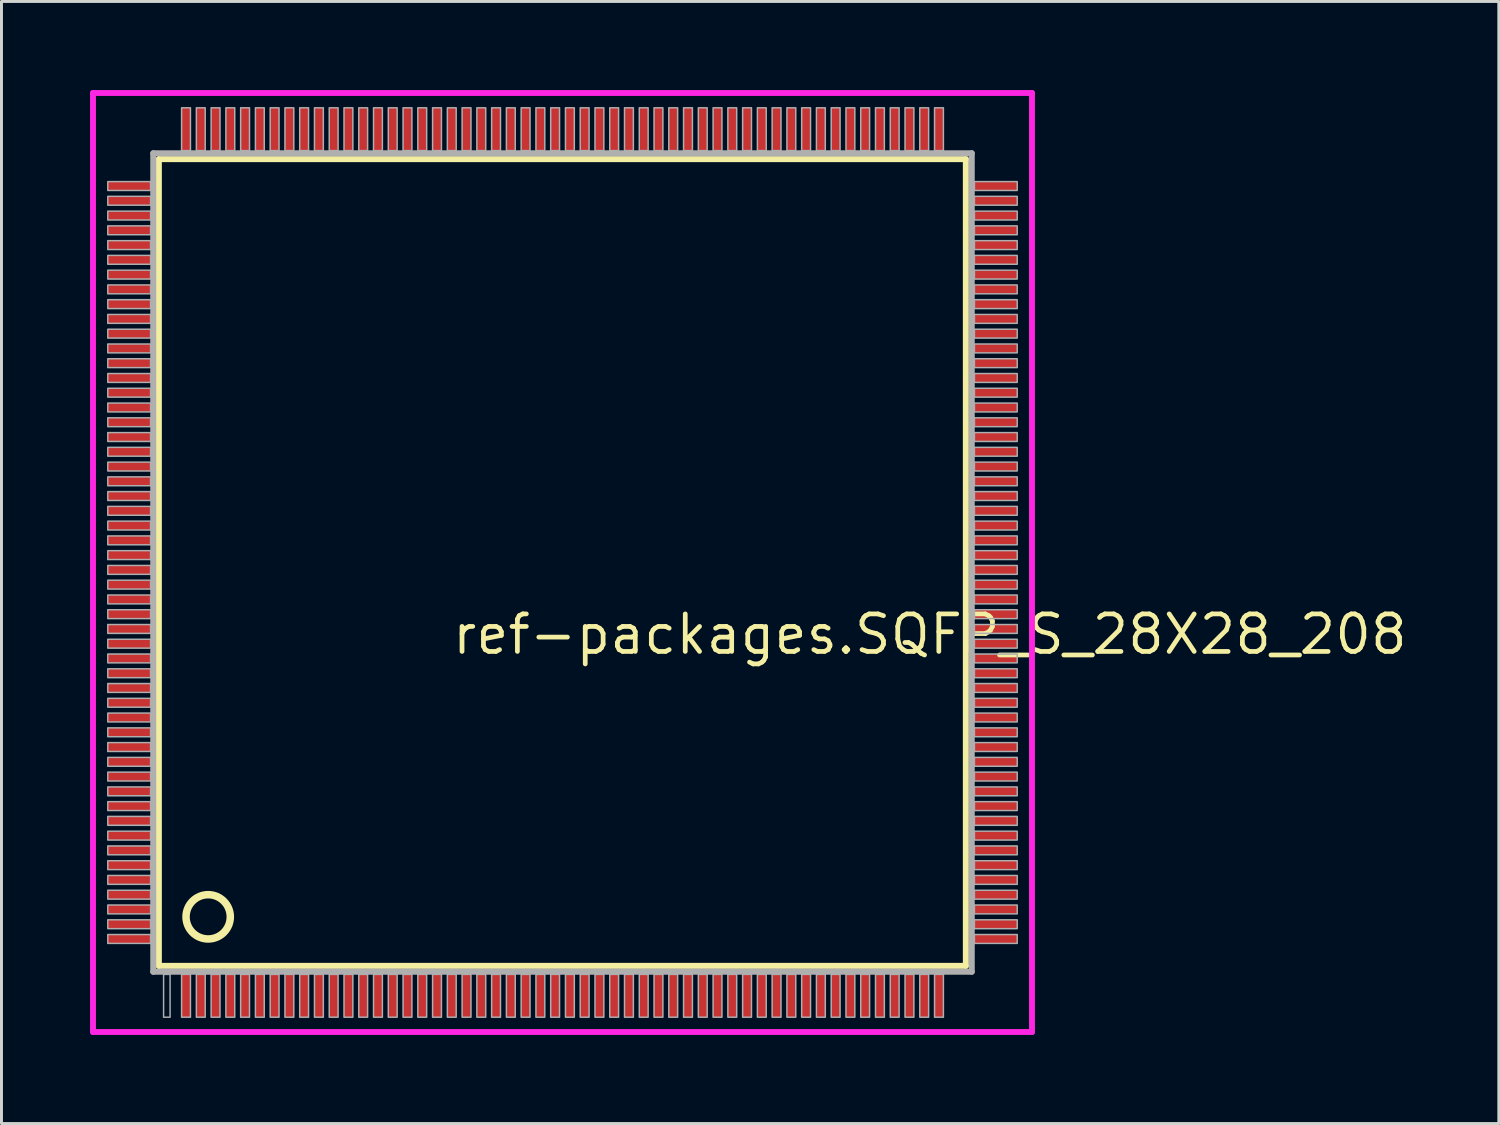
<source format=kicad_pcb>
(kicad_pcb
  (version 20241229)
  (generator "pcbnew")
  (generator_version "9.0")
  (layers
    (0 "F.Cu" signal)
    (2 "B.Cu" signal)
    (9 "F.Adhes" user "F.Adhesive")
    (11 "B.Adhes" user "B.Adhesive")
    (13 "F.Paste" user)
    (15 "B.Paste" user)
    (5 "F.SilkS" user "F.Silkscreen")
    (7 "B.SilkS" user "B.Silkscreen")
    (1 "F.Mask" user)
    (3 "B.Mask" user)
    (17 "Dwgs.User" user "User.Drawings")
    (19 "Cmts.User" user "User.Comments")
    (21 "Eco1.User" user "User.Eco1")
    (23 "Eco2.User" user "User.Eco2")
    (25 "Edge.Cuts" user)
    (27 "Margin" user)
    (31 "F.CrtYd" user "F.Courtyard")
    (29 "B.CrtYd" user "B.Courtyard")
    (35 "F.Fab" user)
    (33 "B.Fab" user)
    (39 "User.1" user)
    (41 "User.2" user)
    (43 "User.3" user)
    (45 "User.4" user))
  (footprint "ref-packages.SQFP_S_28X28_208"
    (layer "F.Cu")
    (at 16 16)
    (property "Reference" "ref-packages.SQFP_S_28X28_208" (at -3.81 3.175 0) (layer "F.SilkS") (effects (font (size 1.27 1.27) (thickness 0.16)) (justify left bottom)))
    (attr smd)
    (fp_line (start -13.67 -13.66) (end 13.66 -13.66) (stroke (width 0.203) (type default)) (layer "F.SilkS"))
    (fp_line (start -13.67 13.66) (end -13.67 -13.66) (stroke (width 0.203) (type default)) (layer "F.SilkS"))
    (fp_line (start 13.66 -13.66) (end 13.66 13.66) (stroke (width 0.203) (type default)) (layer "F.SilkS"))
    (fp_line (start 13.66 13.66) (end -13.67 13.66) (stroke (width 0.203) (type default)) (layer "F.SilkS"))
    (fp_circle (center -12 12) (end -11.25 12) (stroke (width 0.254) (type default)) (fill no) (layer "F.SilkS"))
    (fp_line (start -15.9 -15.9) (end 15.9 -15.9) (stroke (width 0.2) (type default)) (layer "F.CrtYd"))
    (fp_line (start -15.9 15.9) (end -15.9 -15.9) (stroke (width 0.2) (type default)) (layer "F.CrtYd"))
    (fp_line (start 15.9 -15.9) (end 15.9 15.9) (stroke (width 0.2) (type default)) (layer "F.CrtYd"))
    (fp_line (start 15.9 15.9) (end -15.9 15.9) (stroke (width 0.2) (type default)) (layer "F.CrtYd"))
    (fp_line (start -13.86 -13.86) (end -13.86 13.86) (stroke (width 0.203) (type default)) (layer "F.Fab"))
    (fp_line (start -13.86 13.86) (end 13.86 13.86) (stroke (width 0.203) (type default)) (layer "F.Fab"))
    (fp_line (start 13.86 -13.86) (end -13.86 -13.86) (stroke (width 0.203) (type default)) (layer "F.Fab"))
    (fp_line (start 13.86 13.86) (end 13.86 -13.86) (stroke (width 0.203) (type default)) (layer "F.Fab"))
    (fp_rect (start -15.4 -12.6) (end -13.95 -12.9) (stroke (width 0.05) (type default)) (fill no) (layer "F.Fab"))
    (fp_rect (start -15.4 -12.1) (end -13.95 -12.4) (stroke (width 0.05) (type default)) (fill no) (layer "F.Fab"))
    (fp_rect (start -15.4 -11.6) (end -13.95 -11.9) (stroke (width 0.05) (type default)) (fill no) (layer "F.Fab"))
    (fp_rect (start -15.4 -11.1) (end -13.95 -11.4) (stroke (width 0.05) (type default)) (fill no) (layer "F.Fab"))
    (fp_rect (start -15.4 -10.6) (end -13.95 -10.9) (stroke (width 0.05) (type default)) (fill no) (layer "F.Fab"))
    (fp_rect (start -15.4 -10.1) (end -13.95 -10.4) (stroke (width 0.05) (type default)) (fill no) (layer "F.Fab"))
    (fp_rect (start -15.4 -9.6) (end -13.95 -9.9) (stroke (width 0.05) (type default)) (fill no) (layer "F.Fab"))
    (fp_rect (start -15.4 -9.1) (end -13.95 -9.4) (stroke (width 0.05) (type default)) (fill no) (layer "F.Fab"))
    (fp_rect (start -15.4 -8.6) (end -13.95 -8.9) (stroke (width 0.05) (type default)) (fill no) (layer "F.Fab"))
    (fp_rect (start -15.4 -8.1) (end -13.95 -8.4) (stroke (width 0.05) (type default)) (fill no) (layer "F.Fab"))
    (fp_rect (start -15.4 -7.6) (end -13.95 -7.9) (stroke (width 0.05) (type default)) (fill no) (layer "F.Fab"))
    (fp_rect (start -15.4 -7.1) (end -13.95 -7.4) (stroke (width 0.05) (type default)) (fill no) (layer "F.Fab"))
    (fp_rect (start -15.4 -6.6) (end -13.95 -6.9) (stroke (width 0.05) (type default)) (fill no) (layer "F.Fab"))
    (fp_rect (start -15.4 -6.1) (end -13.95 -6.4) (stroke (width 0.05) (type default)) (fill no) (layer "F.Fab"))
    (fp_rect (start -15.4 -5.6) (end -13.95 -5.9) (stroke (width 0.05) (type default)) (fill no) (layer "F.Fab"))
    (fp_rect (start -15.4 -5.1) (end -13.95 -5.4) (stroke (width 0.05) (type default)) (fill no) (layer "F.Fab"))
    (fp_rect (start -15.4 -4.6) (end -13.95 -4.9) (stroke (width 0.05) (type default)) (fill no) (layer "F.Fab"))
    (fp_rect (start -15.4 -4.1) (end -13.95 -4.4) (stroke (width 0.05) (type default)) (fill no) (layer "F.Fab"))
    (fp_rect (start -15.4 -3.6) (end -13.95 -3.9) (stroke (width 0.05) (type default)) (fill no) (layer "F.Fab"))
    (fp_rect (start -15.4 -3.1) (end -13.95 -3.4) (stroke (width 0.05) (type default)) (fill no) (layer "F.Fab"))
    (fp_rect (start -15.4 -2.6) (end -13.95 -2.9) (stroke (width 0.05) (type default)) (fill no) (layer "F.Fab"))
    (fp_rect (start -15.4 -2.1) (end -13.95 -2.4) (stroke (width 0.05) (type default)) (fill no) (layer "F.Fab"))
    (fp_rect (start -15.4 -1.6) (end -13.95 -1.9) (stroke (width 0.05) (type default)) (fill no) (layer "F.Fab"))
    (fp_rect (start -15.4 -1.1) (end -13.95 -1.4) (stroke (width 0.05) (type default)) (fill no) (layer "F.Fab"))
    (fp_rect (start -15.4 -0.6) (end -13.95 -0.9) (stroke (width 0.05) (type default)) (fill no) (layer "F.Fab"))
    (fp_rect (start -15.4 -0.1) (end -13.95 -0.4) (stroke (width 0.05) (type default)) (fill no) (layer "F.Fab"))
    (fp_rect (start -15.4 0.4) (end -13.95 0.1) (stroke (width 0.05) (type default)) (fill no) (layer "F.Fab"))
    (fp_rect (start -15.4 0.9) (end -13.95 0.6) (stroke (width 0.05) (type default)) (fill no) (layer "F.Fab"))
    (fp_rect (start -15.4 1.4) (end -13.95 1.1) (stroke (width 0.05) (type default)) (fill no) (layer "F.Fab"))
    (fp_rect (start -15.4 1.9) (end -13.95 1.6) (stroke (width 0.05) (type default)) (fill no) (layer "F.Fab"))
    (fp_rect (start -15.4 2.4) (end -13.95 2.1) (stroke (width 0.05) (type default)) (fill no) (layer "F.Fab"))
    (fp_rect (start -15.4 2.9) (end -13.95 2.6) (stroke (width 0.05) (type default)) (fill no) (layer "F.Fab"))
    (fp_rect (start -15.4 3.4) (end -13.95 3.1) (stroke (width 0.05) (type default)) (fill no) (layer "F.Fab"))
    (fp_rect (start -15.4 3.9) (end -13.95 3.6) (stroke (width 0.05) (type default)) (fill no) (layer "F.Fab"))
    (fp_rect (start -15.4 4.4) (end -13.95 4.1) (stroke (width 0.05) (type default)) (fill no) (layer "F.Fab"))
    (fp_rect (start -15.4 4.9) (end -13.95 4.6) (stroke (width 0.05) (type default)) (fill no) (layer "F.Fab"))
    (fp_rect (start -15.4 5.4) (end -13.95 5.1) (stroke (width 0.05) (type default)) (fill no) (layer "F.Fab"))
    (fp_rect (start -15.4 5.9) (end -13.95 5.6) (stroke (width 0.05) (type default)) (fill no) (layer "F.Fab"))
    (fp_rect (start -15.4 6.4) (end -13.95 6.1) (stroke (width 0.05) (type default)) (fill no) (layer "F.Fab"))
    (fp_rect (start -15.4 6.9) (end -13.95 6.6) (stroke (width 0.05) (type default)) (fill no) (layer "F.Fab"))
    (fp_rect (start -15.4 7.4) (end -13.95 7.1) (stroke (width 0.05) (type default)) (fill no) (layer "F.Fab"))
    (fp_rect (start -15.4 7.9) (end -13.95 7.6) (stroke (width 0.05) (type default)) (fill no) (layer "F.Fab"))
    (fp_rect (start -15.4 8.4) (end -13.95 8.1) (stroke (width 0.05) (type default)) (fill no) (layer "F.Fab"))
    (fp_rect (start -15.4 8.9) (end -13.95 8.6) (stroke (width 0.05) (type default)) (fill no) (layer "F.Fab"))
    (fp_rect (start -15.4 9.4) (end -13.95 9.1) (stroke (width 0.05) (type default)) (fill no) (layer "F.Fab"))
    (fp_rect (start -15.4 9.9) (end -13.95 9.6) (stroke (width 0.05) (type default)) (fill no) (layer "F.Fab"))
    (fp_rect (start -15.4 10.4) (end -13.95 10.1) (stroke (width 0.05) (type default)) (fill no) (layer "F.Fab"))
    (fp_rect (start -15.4 10.9) (end -13.95 10.6) (stroke (width 0.05) (type default)) (fill no) (layer "F.Fab"))
    (fp_rect (start -15.4 11.4) (end -13.95 11.1) (stroke (width 0.05) (type default)) (fill no) (layer "F.Fab"))
    (fp_rect (start -15.4 11.9) (end -13.95 11.6) (stroke (width 0.05) (type default)) (fill no) (layer "F.Fab"))
    (fp_rect (start -15.4 12.4) (end -13.95 12.1) (stroke (width 0.05) (type default)) (fill no) (layer "F.Fab"))
    (fp_rect (start -15.4 12.9) (end -13.95 12.6) (stroke (width 0.05) (type default)) (fill no) (layer "F.Fab"))
    (fp_rect (start -13.51 15.4) (end -13.29 13.95) (stroke (width 0.05) (type default)) (fill no) (layer "F.Fab"))
    (fp_rect (start -12.9 -13.95) (end -12.6 -15.4) (stroke (width 0.05) (type default)) (fill no) (layer "F.Fab"))
    (fp_rect (start -12.9 15.4) (end -12.6 13.95) (stroke (width 0.05) (type default)) (fill no) (layer "F.Fab"))
    (fp_rect (start -12.4 -13.95) (end -12.1 -15.4) (stroke (width 0.05) (type default)) (fill no) (layer "F.Fab"))
    (fp_rect (start -12.4 15.4) (end -12.1 13.95) (stroke (width 0.05) (type default)) (fill no) (layer "F.Fab"))
    (fp_rect (start -11.9 -13.95) (end -11.6 -15.4) (stroke (width 0.05) (type default)) (fill no) (layer "F.Fab"))
    (fp_rect (start -11.9 15.4) (end -11.6 13.95) (stroke (width 0.05) (type default)) (fill no) (layer "F.Fab"))
    (fp_rect (start -11.4 -13.95) (end -11.1 -15.4) (stroke (width 0.05) (type default)) (fill no) (layer "F.Fab"))
    (fp_rect (start -11.4 15.4) (end -11.1 13.95) (stroke (width 0.05) (type default)) (fill no) (layer "F.Fab"))
    (fp_rect (start -10.9 -13.95) (end -10.6 -15.4) (stroke (width 0.05) (type default)) (fill no) (layer "F.Fab"))
    (fp_rect (start -10.9 15.4) (end -10.6 13.95) (stroke (width 0.05) (type default)) (fill no) (layer "F.Fab"))
    (fp_rect (start -10.4 -13.95) (end -10.1 -15.4) (stroke (width 0.05) (type default)) (fill no) (layer "F.Fab"))
    (fp_rect (start -10.4 15.4) (end -10.1 13.95) (stroke (width 0.05) (type default)) (fill no) (layer "F.Fab"))
    (fp_rect (start -9.9 -13.95) (end -9.6 -15.4) (stroke (width 0.05) (type default)) (fill no) (layer "F.Fab"))
    (fp_rect (start -9.9 15.4) (end -9.6 13.95) (stroke (width 0.05) (type default)) (fill no) (layer "F.Fab"))
    (fp_rect (start -9.4 -13.95) (end -9.1 -15.4) (stroke (width 0.05) (type default)) (fill no) (layer "F.Fab"))
    (fp_rect (start -9.4 15.4) (end -9.1 13.95) (stroke (width 0.05) (type default)) (fill no) (layer "F.Fab"))
    (fp_rect (start -8.9 -13.95) (end -8.6 -15.4) (stroke (width 0.05) (type default)) (fill no) (layer "F.Fab"))
    (fp_rect (start -8.9 15.4) (end -8.6 13.95) (stroke (width 0.05) (type default)) (fill no) (layer "F.Fab"))
    (fp_rect (start -8.4 -13.95) (end -8.1 -15.4) (stroke (width 0.05) (type default)) (fill no) (layer "F.Fab"))
    (fp_rect (start -8.4 15.4) (end -8.1 13.95) (stroke (width 0.05) (type default)) (fill no) (layer "F.Fab"))
    (fp_rect (start -7.9 -13.95) (end -7.6 -15.4) (stroke (width 0.05) (type default)) (fill no) (layer "F.Fab"))
    (fp_rect (start -7.9 15.4) (end -7.6 13.95) (stroke (width 0.05) (type default)) (fill no) (layer "F.Fab"))
    (fp_rect (start -7.4 -13.95) (end -7.1 -15.4) (stroke (width 0.05) (type default)) (fill no) (layer "F.Fab"))
    (fp_rect (start -7.4 15.4) (end -7.1 13.95) (stroke (width 0.05) (type default)) (fill no) (layer "F.Fab"))
    (fp_rect (start -6.9 -13.95) (end -6.6 -15.4) (stroke (width 0.05) (type default)) (fill no) (layer "F.Fab"))
    (fp_rect (start -6.9 15.4) (end -6.6 13.95) (stroke (width 0.05) (type default)) (fill no) (layer "F.Fab"))
    (fp_rect (start -6.4 -13.95) (end -6.1 -15.4) (stroke (width 0.05) (type default)) (fill no) (layer "F.Fab"))
    (fp_rect (start -6.4 15.4) (end -6.1 13.95) (stroke (width 0.05) (type default)) (fill no) (layer "F.Fab"))
    (fp_rect (start -5.9 -13.95) (end -5.6 -15.4) (stroke (width 0.05) (type default)) (fill no) (layer "F.Fab"))
    (fp_rect (start -5.9 15.4) (end -5.6 13.95) (stroke (width 0.05) (type default)) (fill no) (layer "F.Fab"))
    (fp_rect (start -5.4 -13.95) (end -5.1 -15.4) (stroke (width 0.05) (type default)) (fill no) (layer "F.Fab"))
    (fp_rect (start -5.4 15.4) (end -5.1 13.95) (stroke (width 0.05) (type default)) (fill no) (layer "F.Fab"))
    (fp_rect (start -4.9 -13.95) (end -4.6 -15.4) (stroke (width 0.05) (type default)) (fill no) (layer "F.Fab"))
    (fp_rect (start -4.9 15.4) (end -4.6 13.95) (stroke (width 0.05) (type default)) (fill no) (layer "F.Fab"))
    (fp_rect (start -4.4 -13.95) (end -4.1 -15.4) (stroke (width 0.05) (type default)) (fill no) (layer "F.Fab"))
    (fp_rect (start -4.4 15.4) (end -4.1 13.95) (stroke (width 0.05) (type default)) (fill no) (layer "F.Fab"))
    (fp_rect (start -3.9 -13.95) (end -3.6 -15.4) (stroke (width 0.05) (type default)) (fill no) (layer "F.Fab"))
    (fp_rect (start -3.9 15.4) (end -3.6 13.95) (stroke (width 0.05) (type default)) (fill no) (layer "F.Fab"))
    (fp_rect (start -3.4 -13.95) (end -3.1 -15.4) (stroke (width 0.05) (type default)) (fill no) (layer "F.Fab"))
    (fp_rect (start -3.4 15.4) (end -3.1 13.95) (stroke (width 0.05) (type default)) (fill no) (layer "F.Fab"))
    (fp_rect (start -2.9 -13.95) (end -2.6 -15.4) (stroke (width 0.05) (type default)) (fill no) (layer "F.Fab"))
    (fp_rect (start -2.9 15.4) (end -2.6 13.95) (stroke (width 0.05) (type default)) (fill no) (layer "F.Fab"))
    (fp_rect (start -2.4 -13.95) (end -2.1 -15.4) (stroke (width 0.05) (type default)) (fill no) (layer "F.Fab"))
    (fp_rect (start -2.4 15.4) (end -2.1 13.95) (stroke (width 0.05) (type default)) (fill no) (layer "F.Fab"))
    (fp_rect (start -1.9 -13.95) (end -1.6 -15.4) (stroke (width 0.05) (type default)) (fill no) (layer "F.Fab"))
    (fp_rect (start -1.9 15.4) (end -1.6 13.95) (stroke (width 0.05) (type default)) (fill no) (layer "F.Fab"))
    (fp_rect (start -1.4 -13.95) (end -1.1 -15.4) (stroke (width 0.05) (type default)) (fill no) (layer "F.Fab"))
    (fp_rect (start -1.4 15.4) (end -1.1 13.95) (stroke (width 0.05) (type default)) (fill no) (layer "F.Fab"))
    (fp_rect (start -0.9 -13.95) (end -0.6 -15.4) (stroke (width 0.05) (type default)) (fill no) (layer "F.Fab"))
    (fp_rect (start -0.9 15.4) (end -0.6 13.95) (stroke (width 0.05) (type default)) (fill no) (layer "F.Fab"))
    (fp_rect (start -0.4 -13.95) (end -0.1 -15.4) (stroke (width 0.05) (type default)) (fill no) (layer "F.Fab"))
    (fp_rect (start -0.4 15.4) (end -0.1 13.95) (stroke (width 0.05) (type default)) (fill no) (layer "F.Fab"))
    (fp_rect (start 0.1 -13.95) (end 0.4 -15.4) (stroke (width 0.05) (type default)) (fill no) (layer "F.Fab"))
    (fp_rect (start 0.1 15.4) (end 0.4 13.95) (stroke (width 0.05) (type default)) (fill no) (layer "F.Fab"))
    (fp_rect (start 0.6 -13.95) (end 0.9 -15.4) (stroke (width 0.05) (type default)) (fill no) (layer "F.Fab"))
    (fp_rect (start 0.6 15.4) (end 0.9 13.95) (stroke (width 0.05) (type default)) (fill no) (layer "F.Fab"))
    (fp_rect (start 1.1 -13.95) (end 1.4 -15.4) (stroke (width 0.05) (type default)) (fill no) (layer "F.Fab"))
    (fp_rect (start 1.1 15.4) (end 1.4 13.95) (stroke (width 0.05) (type default)) (fill no) (layer "F.Fab"))
    (fp_rect (start 1.6 -13.95) (end 1.9 -15.4) (stroke (width 0.05) (type default)) (fill no) (layer "F.Fab"))
    (fp_rect (start 1.6 15.4) (end 1.9 13.95) (stroke (width 0.05) (type default)) (fill no) (layer "F.Fab"))
    (fp_rect (start 2.1 -13.95) (end 2.4 -15.4) (stroke (width 0.05) (type default)) (fill no) (layer "F.Fab"))
    (fp_rect (start 2.1 15.4) (end 2.4 13.95) (stroke (width 0.05) (type default)) (fill no) (layer "F.Fab"))
    (fp_rect (start 2.6 -13.95) (end 2.9 -15.4) (stroke (width 0.05) (type default)) (fill no) (layer "F.Fab"))
    (fp_rect (start 2.6 15.4) (end 2.9 13.95) (stroke (width 0.05) (type default)) (fill no) (layer "F.Fab"))
    (fp_rect (start 3.1 -13.95) (end 3.4 -15.4) (stroke (width 0.05) (type default)) (fill no) (layer "F.Fab"))
    (fp_rect (start 3.1 15.4) (end 3.4 13.95) (stroke (width 0.05) (type default)) (fill no) (layer "F.Fab"))
    (fp_rect (start 3.6 -13.95) (end 3.9 -15.4) (stroke (width 0.05) (type default)) (fill no) (layer "F.Fab"))
    (fp_rect (start 3.6 15.4) (end 3.9 13.95) (stroke (width 0.05) (type default)) (fill no) (layer "F.Fab"))
    (fp_rect (start 4.1 -13.95) (end 4.4 -15.4) (stroke (width 0.05) (type default)) (fill no) (layer "F.Fab"))
    (fp_rect (start 4.1 15.4) (end 4.4 13.95) (stroke (width 0.05) (type default)) (fill no) (layer "F.Fab"))
    (fp_rect (start 4.6 -13.95) (end 4.9 -15.4) (stroke (width 0.05) (type default)) (fill no) (layer "F.Fab"))
    (fp_rect (start 4.6 15.4) (end 4.9 13.95) (stroke (width 0.05) (type default)) (fill no) (layer "F.Fab"))
    (fp_rect (start 5.1 -13.95) (end 5.4 -15.4) (stroke (width 0.05) (type default)) (fill no) (layer "F.Fab"))
    (fp_rect (start 5.1 15.4) (end 5.4 13.95) (stroke (width 0.05) (type default)) (fill no) (layer "F.Fab"))
    (fp_rect (start 5.6 -13.95) (end 5.9 -15.4) (stroke (width 0.05) (type default)) (fill no) (layer "F.Fab"))
    (fp_rect (start 5.6 15.4) (end 5.9 13.95) (stroke (width 0.05) (type default)) (fill no) (layer "F.Fab"))
    (fp_rect (start 6.1 -13.95) (end 6.4 -15.4) (stroke (width 0.05) (type default)) (fill no) (layer "F.Fab"))
    (fp_rect (start 6.1 15.4) (end 6.4 13.95) (stroke (width 0.05) (type default)) (fill no) (layer "F.Fab"))
    (fp_rect (start 6.6 -13.95) (end 6.9 -15.4) (stroke (width 0.05) (type default)) (fill no) (layer "F.Fab"))
    (fp_rect (start 6.6 15.4) (end 6.9 13.95) (stroke (width 0.05) (type default)) (fill no) (layer "F.Fab"))
    (fp_rect (start 7.1 -13.95) (end 7.4 -15.4) (stroke (width 0.05) (type default)) (fill no) (layer "F.Fab"))
    (fp_rect (start 7.1 15.4) (end 7.4 13.95) (stroke (width 0.05) (type default)) (fill no) (layer "F.Fab"))
    (fp_rect (start 7.6 -13.95) (end 7.9 -15.4) (stroke (width 0.05) (type default)) (fill no) (layer "F.Fab"))
    (fp_rect (start 7.6 15.4) (end 7.9 13.95) (stroke (width 0.05) (type default)) (fill no) (layer "F.Fab"))
    (fp_rect (start 8.1 -13.95) (end 8.4 -15.4) (stroke (width 0.05) (type default)) (fill no) (layer "F.Fab"))
    (fp_rect (start 8.1 15.4) (end 8.4 13.95) (stroke (width 0.05) (type default)) (fill no) (layer "F.Fab"))
    (fp_rect (start 8.6 -13.95) (end 8.9 -15.4) (stroke (width 0.05) (type default)) (fill no) (layer "F.Fab"))
    (fp_rect (start 8.6 15.4) (end 8.9 13.95) (stroke (width 0.05) (type default)) (fill no) (layer "F.Fab"))
    (fp_rect (start 9.1 -13.95) (end 9.4 -15.4) (stroke (width 0.05) (type default)) (fill no) (layer "F.Fab"))
    (fp_rect (start 9.1 15.4) (end 9.4 13.95) (stroke (width 0.05) (type default)) (fill no) (layer "F.Fab"))
    (fp_rect (start 9.6 -13.95) (end 9.9 -15.4) (stroke (width 0.05) (type default)) (fill no) (layer "F.Fab"))
    (fp_rect (start 9.6 15.4) (end 9.9 13.95) (stroke (width 0.05) (type default)) (fill no) (layer "F.Fab"))
    (fp_rect (start 10.1 -13.95) (end 10.4 -15.4) (stroke (width 0.05) (type default)) (fill no) (layer "F.Fab"))
    (fp_rect (start 10.1 15.4) (end 10.4 13.95) (stroke (width 0.05) (type default)) (fill no) (layer "F.Fab"))
    (fp_rect (start 10.6 -13.95) (end 10.9 -15.4) (stroke (width 0.05) (type default)) (fill no) (layer "F.Fab"))
    (fp_rect (start 10.6 15.4) (end 10.9 13.95) (stroke (width 0.05) (type default)) (fill no) (layer "F.Fab"))
    (fp_rect (start 11.1 -13.95) (end 11.4 -15.4) (stroke (width 0.05) (type default)) (fill no) (layer "F.Fab"))
    (fp_rect (start 11.1 15.4) (end 11.4 13.95) (stroke (width 0.05) (type default)) (fill no) (layer "F.Fab"))
    (fp_rect (start 11.6 -13.95) (end 11.9 -15.4) (stroke (width 0.05) (type default)) (fill no) (layer "F.Fab"))
    (fp_rect (start 11.6 15.4) (end 11.9 13.95) (stroke (width 0.05) (type default)) (fill no) (layer "F.Fab"))
    (fp_rect (start 12.1 -13.95) (end 12.4 -15.4) (stroke (width 0.05) (type default)) (fill no) (layer "F.Fab"))
    (fp_rect (start 12.1 15.4) (end 12.4 13.95) (stroke (width 0.05) (type default)) (fill no) (layer "F.Fab"))
    (fp_rect (start 12.6 -13.95) (end 12.9 -15.4) (stroke (width 0.05) (type default)) (fill no) (layer "F.Fab"))
    (fp_rect (start 12.6 15.4) (end 12.9 13.95) (stroke (width 0.05) (type default)) (fill no) (layer "F.Fab"))
    (fp_rect (start 13.95 -12.6) (end 15.4 -12.9) (stroke (width 0.05) (type default)) (fill no) (layer "F.Fab"))
    (fp_rect (start 13.95 -12.1) (end 15.4 -12.4) (stroke (width 0.05) (type default)) (fill no) (layer "F.Fab"))
    (fp_rect (start 13.95 -11.6) (end 15.4 -11.9) (stroke (width 0.05) (type default)) (fill no) (layer "F.Fab"))
    (fp_rect (start 13.95 -11.1) (end 15.4 -11.4) (stroke (width 0.05) (type default)) (fill no) (layer "F.Fab"))
    (fp_rect (start 13.95 -10.6) (end 15.4 -10.9) (stroke (width 0.05) (type default)) (fill no) (layer "F.Fab"))
    (fp_rect (start 13.95 -10.1) (end 15.4 -10.4) (stroke (width 0.05) (type default)) (fill no) (layer "F.Fab"))
    (fp_rect (start 13.95 -9.6) (end 15.4 -9.9) (stroke (width 0.05) (type default)) (fill no) (layer "F.Fab"))
    (fp_rect (start 13.95 -9.1) (end 15.4 -9.4) (stroke (width 0.05) (type default)) (fill no) (layer "F.Fab"))
    (fp_rect (start 13.95 -8.6) (end 15.4 -8.9) (stroke (width 0.05) (type default)) (fill no) (layer "F.Fab"))
    (fp_rect (start 13.95 -8.1) (end 15.4 -8.4) (stroke (width 0.05) (type default)) (fill no) (layer "F.Fab"))
    (fp_rect (start 13.95 -7.6) (end 15.4 -7.9) (stroke (width 0.05) (type default)) (fill no) (layer "F.Fab"))
    (fp_rect (start 13.95 -7.1) (end 15.4 -7.4) (stroke (width 0.05) (type default)) (fill no) (layer "F.Fab"))
    (fp_rect (start 13.95 -6.6) (end 15.4 -6.9) (stroke (width 0.05) (type default)) (fill no) (layer "F.Fab"))
    (fp_rect (start 13.95 -6.1) (end 15.4 -6.4) (stroke (width 0.05) (type default)) (fill no) (layer "F.Fab"))
    (fp_rect (start 13.95 -5.6) (end 15.4 -5.9) (stroke (width 0.05) (type default)) (fill no) (layer "F.Fab"))
    (fp_rect (start 13.95 -5.1) (end 15.4 -5.4) (stroke (width 0.05) (type default)) (fill no) (layer "F.Fab"))
    (fp_rect (start 13.95 -4.6) (end 15.4 -4.9) (stroke (width 0.05) (type default)) (fill no) (layer "F.Fab"))
    (fp_rect (start 13.95 -4.1) (end 15.4 -4.4) (stroke (width 0.05) (type default)) (fill no) (layer "F.Fab"))
    (fp_rect (start 13.95 -3.6) (end 15.4 -3.9) (stroke (width 0.05) (type default)) (fill no) (layer "F.Fab"))
    (fp_rect (start 13.95 -3.1) (end 15.4 -3.4) (stroke (width 0.05) (type default)) (fill no) (layer "F.Fab"))
    (fp_rect (start 13.95 -2.6) (end 15.4 -2.9) (stroke (width 0.05) (type default)) (fill no) (layer "F.Fab"))
    (fp_rect (start 13.95 -2.1) (end 15.4 -2.4) (stroke (width 0.05) (type default)) (fill no) (layer "F.Fab"))
    (fp_rect (start 13.95 -1.6) (end 15.4 -1.9) (stroke (width 0.05) (type default)) (fill no) (layer "F.Fab"))
    (fp_rect (start 13.95 -1.1) (end 15.4 -1.4) (stroke (width 0.05) (type default)) (fill no) (layer "F.Fab"))
    (fp_rect (start 13.95 -0.6) (end 15.4 -0.9) (stroke (width 0.05) (type default)) (fill no) (layer "F.Fab"))
    (fp_rect (start 13.95 -0.1) (end 15.4 -0.4) (stroke (width 0.05) (type default)) (fill no) (layer "F.Fab"))
    (fp_rect (start 13.95 0.4) (end 15.4 0.1) (stroke (width 0.05) (type default)) (fill no) (layer "F.Fab"))
    (fp_rect (start 13.95 0.9) (end 15.4 0.6) (stroke (width 0.05) (type default)) (fill no) (layer "F.Fab"))
    (fp_rect (start 13.95 1.4) (end 15.4 1.1) (stroke (width 0.05) (type default)) (fill no) (layer "F.Fab"))
    (fp_rect (start 13.95 1.9) (end 15.4 1.6) (stroke (width 0.05) (type default)) (fill no) (layer "F.Fab"))
    (fp_rect (start 13.95 2.4) (end 15.4 2.1) (stroke (width 0.05) (type default)) (fill no) (layer "F.Fab"))
    (fp_rect (start 13.95 2.9) (end 15.4 2.6) (stroke (width 0.05) (type default)) (fill no) (layer "F.Fab"))
    (fp_rect (start 13.95 3.4) (end 15.4 3.1) (stroke (width 0.05) (type default)) (fill no) (layer "F.Fab"))
    (fp_rect (start 13.95 3.9) (end 15.4 3.6) (stroke (width 0.05) (type default)) (fill no) (layer "F.Fab"))
    (fp_rect (start 13.95 4.4) (end 15.4 4.1) (stroke (width 0.05) (type default)) (fill no) (layer "F.Fab"))
    (fp_rect (start 13.95 4.9) (end 15.4 4.6) (stroke (width 0.05) (type default)) (fill no) (layer "F.Fab"))
    (fp_rect (start 13.95 5.4) (end 15.4 5.1) (stroke (width 0.05) (type default)) (fill no) (layer "F.Fab"))
    (fp_rect (start 13.95 5.9) (end 15.4 5.6) (stroke (width 0.05) (type default)) (fill no) (layer "F.Fab"))
    (fp_rect (start 13.95 6.4) (end 15.4 6.1) (stroke (width 0.05) (type default)) (fill no) (layer "F.Fab"))
    (fp_rect (start 13.95 6.9) (end 15.4 6.6) (stroke (width 0.05) (type default)) (fill no) (layer "F.Fab"))
    (fp_rect (start 13.95 7.4) (end 15.4 7.1) (stroke (width 0.05) (type default)) (fill no) (layer "F.Fab"))
    (fp_rect (start 13.95 7.9) (end 15.4 7.6) (stroke (width 0.05) (type default)) (fill no) (layer "F.Fab"))
    (fp_rect (start 13.95 8.4) (end 15.4 8.1) (stroke (width 0.05) (type default)) (fill no) (layer "F.Fab"))
    (fp_rect (start 13.95 8.9) (end 15.4 8.6) (stroke (width 0.05) (type default)) (fill no) (layer "F.Fab"))
    (fp_rect (start 13.95 9.4) (end 15.4 9.1) (stroke (width 0.05) (type default)) (fill no) (layer "F.Fab"))
    (fp_rect (start 13.95 9.9) (end 15.4 9.6) (stroke (width 0.05) (type default)) (fill no) (layer "F.Fab"))
    (fp_rect (start 13.95 10.4) (end 15.4 10.1) (stroke (width 0.05) (type default)) (fill no) (layer "F.Fab"))
    (fp_rect (start 13.95 10.9) (end 15.4 10.6) (stroke (width 0.05) (type default)) (fill no) (layer "F.Fab"))
    (fp_rect (start 13.95 11.4) (end 15.4 11.1) (stroke (width 0.05) (type default)) (fill no) (layer "F.Fab"))
    (fp_rect (start 13.95 11.9) (end 15.4 11.6) (stroke (width 0.05) (type default)) (fill no) (layer "F.Fab"))
    (fp_rect (start 13.95 12.4) (end 15.4 12.1) (stroke (width 0.05) (type default)) (fill no) (layer "F.Fab"))
    (fp_rect (start 13.95 12.9) (end 15.4 12.6) (stroke (width 0.05) (type default)) (fill no) (layer "F.Fab"))
    (pad "1" smd roundrect (at -12.75 14.6) (size 0.3 1.6) (layers "F.Cu" "F.Mask" "F.Paste") (roundrect_rratio 0.01))
    (pad "2" smd roundrect (at -12.25 14.6) (size 0.3 1.6) (layers "F.Cu" "F.Mask" "F.Paste") (roundrect_rratio 0.01))
    (pad "3" smd roundrect (at -11.75 14.6) (size 0.3 1.6) (layers "F.Cu" "F.Mask" "F.Paste") (roundrect_rratio 0.01))
    (pad "4" smd roundrect (at -11.25 14.6) (size 0.3 1.6) (layers "F.Cu" "F.Mask" "F.Paste") (roundrect_rratio 0.01))
    (pad "5" smd roundrect (at -10.75 14.6) (size 0.3 1.6) (layers "F.Cu" "F.Mask" "F.Paste") (roundrect_rratio 0.01))
    (pad "6" smd roundrect (at -10.25 14.6) (size 0.3 1.6) (layers "F.Cu" "F.Mask" "F.Paste") (roundrect_rratio 0.01))
    (pad "7" smd roundrect (at -9.75 14.6) (size 0.3 1.6) (layers "F.Cu" "F.Mask" "F.Paste") (roundrect_rratio 0.01))
    (pad "8" smd roundrect (at -9.25 14.6) (size 0.3 1.6) (layers "F.Cu" "F.Mask" "F.Paste") (roundrect_rratio 0.01))
    (pad "9" smd roundrect (at -8.75 14.6) (size 0.3 1.6) (layers "F.Cu" "F.Mask" "F.Paste") (roundrect_rratio 0.01))
    (pad "10" smd roundrect (at -8.25 14.6) (size 0.3 1.6) (layers "F.Cu" "F.Mask" "F.Paste") (roundrect_rratio 0.01))
    (pad "11" smd roundrect (at -7.75 14.6) (size 0.3 1.6) (layers "F.Cu" "F.Mask" "F.Paste") (roundrect_rratio 0.01))
    (pad "12" smd roundrect (at -7.25 14.6) (size 0.3 1.6) (layers "F.Cu" "F.Mask" "F.Paste") (roundrect_rratio 0.01))
    (pad "13" smd roundrect (at -6.75 14.6) (size 0.3 1.6) (layers "F.Cu" "F.Mask" "F.Paste") (roundrect_rratio 0.01))
    (pad "14" smd roundrect (at -6.25 14.6) (size 0.3 1.6) (layers "F.Cu" "F.Mask" "F.Paste") (roundrect_rratio 0.01))
    (pad "15" smd roundrect (at -5.75 14.6) (size 0.3 1.6) (layers "F.Cu" "F.Mask" "F.Paste") (roundrect_rratio 0.01))
    (pad "16" smd roundrect (at -5.25 14.6) (size 0.3 1.6) (layers "F.Cu" "F.Mask" "F.Paste") (roundrect_rratio 0.01))
    (pad "17" smd roundrect (at -4.75 14.6) (size 0.3 1.6) (layers "F.Cu" "F.Mask" "F.Paste") (roundrect_rratio 0.01))
    (pad "18" smd roundrect (at -4.25 14.6) (size 0.3 1.6) (layers "F.Cu" "F.Mask" "F.Paste") (roundrect_rratio 0.01))
    (pad "19" smd roundrect (at -3.75 14.6) (size 0.3 1.6) (layers "F.Cu" "F.Mask" "F.Paste") (roundrect_rratio 0.01))
    (pad "20" smd roundrect (at -3.25 14.6) (size 0.3 1.6) (layers "F.Cu" "F.Mask" "F.Paste") (roundrect_rratio 0.01))
    (pad "21" smd roundrect (at -2.75 14.6) (size 0.3 1.6) (layers "F.Cu" "F.Mask" "F.Paste") (roundrect_rratio 0.01))
    (pad "22" smd roundrect (at -2.25 14.6) (size 0.3 1.6) (layers "F.Cu" "F.Mask" "F.Paste") (roundrect_rratio 0.01))
    (pad "23" smd roundrect (at -1.75 14.6) (size 0.3 1.6) (layers "F.Cu" "F.Mask" "F.Paste") (roundrect_rratio 0.01))
    (pad "24" smd roundrect (at -1.25 14.6) (size 0.3 1.6) (layers "F.Cu" "F.Mask" "F.Paste") (roundrect_rratio 0.01))
    (pad "25" smd roundrect (at -0.75 14.6) (size 0.3 1.6) (layers "F.Cu" "F.Mask" "F.Paste") (roundrect_rratio 0.01))
    (pad "26" smd roundrect (at -0.25 14.6) (size 0.3 1.6) (layers "F.Cu" "F.Mask" "F.Paste") (roundrect_rratio 0.01))
    (pad "27" smd roundrect (at 0.25 14.6) (size 0.3 1.6) (layers "F.Cu" "F.Mask" "F.Paste") (roundrect_rratio 0.01))
    (pad "28" smd roundrect (at 0.75 14.6) (size 0.3 1.6) (layers "F.Cu" "F.Mask" "F.Paste") (roundrect_rratio 0.01))
    (pad "29" smd roundrect (at 1.25 14.6) (size 0.3 1.6) (layers "F.Cu" "F.Mask" "F.Paste") (roundrect_rratio 0.01))
    (pad "30" smd roundrect (at 1.75 14.6) (size 0.3 1.6) (layers "F.Cu" "F.Mask" "F.Paste") (roundrect_rratio 0.01))
    (pad "31" smd roundrect (at 2.25 14.6) (size 0.3 1.6) (layers "F.Cu" "F.Mask" "F.Paste") (roundrect_rratio 0.01))
    (pad "32" smd roundrect (at 2.75 14.6) (size 0.3 1.6) (layers "F.Cu" "F.Mask" "F.Paste") (roundrect_rratio 0.01))
    (pad "33" smd roundrect (at 3.25 14.6) (size 0.3 1.6) (layers "F.Cu" "F.Mask" "F.Paste") (roundrect_rratio 0.01))
    (pad "34" smd roundrect (at 3.75 14.6) (size 0.3 1.6) (layers "F.Cu" "F.Mask" "F.Paste") (roundrect_rratio 0.01))
    (pad "35" smd roundrect (at 4.25 14.6) (size 0.3 1.6) (layers "F.Cu" "F.Mask" "F.Paste") (roundrect_rratio 0.01))
    (pad "36" smd roundrect (at 4.75 14.6) (size 0.3 1.6) (layers "F.Cu" "F.Mask" "F.Paste") (roundrect_rratio 0.01))
    (pad "37" smd roundrect (at 5.25 14.6) (size 0.3 1.6) (layers "F.Cu" "F.Mask" "F.Paste") (roundrect_rratio 0.01))
    (pad "38" smd roundrect (at 5.75 14.6) (size 0.3 1.6) (layers "F.Cu" "F.Mask" "F.Paste") (roundrect_rratio 0.01))
    (pad "39" smd roundrect (at 6.25 14.6) (size 0.3 1.6) (layers "F.Cu" "F.Mask" "F.Paste") (roundrect_rratio 0.01))
    (pad "40" smd roundrect (at 6.75 14.6) (size 0.3 1.6) (layers "F.Cu" "F.Mask" "F.Paste") (roundrect_rratio 0.01))
    (pad "41" smd roundrect (at 7.25 14.6) (size 0.3 1.6) (layers "F.Cu" "F.Mask" "F.Paste") (roundrect_rratio 0.01))
    (pad "42" smd roundrect (at 7.75 14.6) (size 0.3 1.6) (layers "F.Cu" "F.Mask" "F.Paste") (roundrect_rratio 0.01))
    (pad "43" smd roundrect (at 8.25 14.6) (size 0.3 1.6) (layers "F.Cu" "F.Mask" "F.Paste") (roundrect_rratio 0.01))
    (pad "44" smd roundrect (at 8.75 14.6) (size 0.3 1.6) (layers "F.Cu" "F.Mask" "F.Paste") (roundrect_rratio 0.01))
    (pad "45" smd roundrect (at 9.25 14.6) (size 0.3 1.6) (layers "F.Cu" "F.Mask" "F.Paste") (roundrect_rratio 0.01))
    (pad "46" smd roundrect (at 9.75 14.6) (size 0.3 1.6) (layers "F.Cu" "F.Mask" "F.Paste") (roundrect_rratio 0.01))
    (pad "47" smd roundrect (at 10.25 14.6) (size 0.3 1.6) (layers "F.Cu" "F.Mask" "F.Paste") (roundrect_rratio 0.01))
    (pad "48" smd roundrect (at 10.75 14.6) (size 0.3 1.6) (layers "F.Cu" "F.Mask" "F.Paste") (roundrect_rratio 0.01))
    (pad "49" smd roundrect (at 11.25 14.6) (size 0.3 1.6) (layers "F.Cu" "F.Mask" "F.Paste") (roundrect_rratio 0.01))
    (pad "50" smd roundrect (at 11.75 14.6) (size 0.3 1.6) (layers "F.Cu" "F.Mask" "F.Paste") (roundrect_rratio 0.01))
    (pad "51" smd roundrect (at 12.25 14.6) (size 0.3 1.6) (layers "F.Cu" "F.Mask" "F.Paste") (roundrect_rratio 0.01))
    (pad "52" smd roundrect (at 12.75 14.6) (size 0.3 1.6) (layers "F.Cu" "F.Mask" "F.Paste") (roundrect_rratio 0.01))
    (pad "53" smd roundrect (at 14.6 12.75) (size 1.6 0.3) (layers "F.Cu" "F.Mask" "F.Paste") (roundrect_rratio 0.01))
    (pad "54" smd roundrect (at 14.6 12.25) (size 1.6 0.3) (layers "F.Cu" "F.Mask" "F.Paste") (roundrect_rratio 0.01))
    (pad "55" smd roundrect (at 14.6 11.75) (size 1.6 0.3) (layers "F.Cu" "F.Mask" "F.Paste") (roundrect_rratio 0.01))
    (pad "56" smd roundrect (at 14.6 11.25) (size 1.6 0.3) (layers "F.Cu" "F.Mask" "F.Paste") (roundrect_rratio 0.01))
    (pad "57" smd roundrect (at 14.6 10.75) (size 1.6 0.3) (layers "F.Cu" "F.Mask" "F.Paste") (roundrect_rratio 0.01))
    (pad "58" smd roundrect (at 14.6 10.25) (size 1.6 0.3) (layers "F.Cu" "F.Mask" "F.Paste") (roundrect_rratio 0.01))
    (pad "59" smd roundrect (at 14.6 9.75) (size 1.6 0.3) (layers "F.Cu" "F.Mask" "F.Paste") (roundrect_rratio 0.01))
    (pad "60" smd roundrect (at 14.6 9.25) (size 1.6 0.3) (layers "F.Cu" "F.Mask" "F.Paste") (roundrect_rratio 0.01))
    (pad "61" smd roundrect (at 14.6 8.75) (size 1.6 0.3) (layers "F.Cu" "F.Mask" "F.Paste") (roundrect_rratio 0.01))
    (pad "62" smd roundrect (at 14.6 8.25) (size 1.6 0.3) (layers "F.Cu" "F.Mask" "F.Paste") (roundrect_rratio 0.01))
    (pad "63" smd roundrect (at 14.6 7.75) (size 1.6 0.3) (layers "F.Cu" "F.Mask" "F.Paste") (roundrect_rratio 0.01))
    (pad "64" smd roundrect (at 14.6 7.25) (size 1.6 0.3) (layers "F.Cu" "F.Mask" "F.Paste") (roundrect_rratio 0.01))
    (pad "65" smd roundrect (at 14.6 6.75) (size 1.6 0.3) (layers "F.Cu" "F.Mask" "F.Paste") (roundrect_rratio 0.01))
    (pad "66" smd roundrect (at 14.6 6.25) (size 1.6 0.3) (layers "F.Cu" "F.Mask" "F.Paste") (roundrect_rratio 0.01))
    (pad "67" smd roundrect (at 14.6 5.75) (size 1.6 0.3) (layers "F.Cu" "F.Mask" "F.Paste") (roundrect_rratio 0.01))
    (pad "68" smd roundrect (at 14.6 5.25) (size 1.6 0.3) (layers "F.Cu" "F.Mask" "F.Paste") (roundrect_rratio 0.01))
    (pad "69" smd roundrect (at 14.6 4.75) (size 1.6 0.3) (layers "F.Cu" "F.Mask" "F.Paste") (roundrect_rratio 0.01))
    (pad "70" smd roundrect (at 14.6 4.25) (size 1.6 0.3) (layers "F.Cu" "F.Mask" "F.Paste") (roundrect_rratio 0.01))
    (pad "71" smd roundrect (at 14.6 3.75) (size 1.6 0.3) (layers "F.Cu" "F.Mask" "F.Paste") (roundrect_rratio 0.01))
    (pad "72" smd roundrect (at 14.6 3.25) (size 1.6 0.3) (layers "F.Cu" "F.Mask" "F.Paste") (roundrect_rratio 0.01))
    (pad "73" smd roundrect (at 14.6 2.75) (size 1.6 0.3) (layers "F.Cu" "F.Mask" "F.Paste") (roundrect_rratio 0.01))
    (pad "74" smd roundrect (at 14.6 2.25) (size 1.6 0.3) (layers "F.Cu" "F.Mask" "F.Paste") (roundrect_rratio 0.01))
    (pad "75" smd roundrect (at 14.6 1.75) (size 1.6 0.3) (layers "F.Cu" "F.Mask" "F.Paste") (roundrect_rratio 0.01))
    (pad "76" smd roundrect (at 14.6 1.25) (size 1.6 0.3) (layers "F.Cu" "F.Mask" "F.Paste") (roundrect_rratio 0.01))
    (pad "77" smd roundrect (at 14.6 0.75) (size 1.6 0.3) (layers "F.Cu" "F.Mask" "F.Paste") (roundrect_rratio 0.01))
    (pad "78" smd roundrect (at 14.6 0.25) (size 1.6 0.3) (layers "F.Cu" "F.Mask" "F.Paste") (roundrect_rratio 0.01))
    (pad "79" smd roundrect (at 14.6 -0.25) (size 1.6 0.3) (layers "F.Cu" "F.Mask" "F.Paste") (roundrect_rratio 0.01))
    (pad "80" smd roundrect (at 14.6 -0.75) (size 1.6 0.3) (layers "F.Cu" "F.Mask" "F.Paste") (roundrect_rratio 0.01))
    (pad "81" smd roundrect (at 14.6 -1.25) (size 1.6 0.3) (layers "F.Cu" "F.Mask" "F.Paste") (roundrect_rratio 0.01))
    (pad "82" smd roundrect (at 14.6 -1.75) (size 1.6 0.3) (layers "F.Cu" "F.Mask" "F.Paste") (roundrect_rratio 0.01))
    (pad "83" smd roundrect (at 14.6 -2.25) (size 1.6 0.3) (layers "F.Cu" "F.Mask" "F.Paste") (roundrect_rratio 0.01))
    (pad "84" smd roundrect (at 14.6 -2.75) (size 1.6 0.3) (layers "F.Cu" "F.Mask" "F.Paste") (roundrect_rratio 0.01))
    (pad "85" smd roundrect (at 14.6 -3.25) (size 1.6 0.3) (layers "F.Cu" "F.Mask" "F.Paste") (roundrect_rratio 0.01))
    (pad "86" smd roundrect (at 14.6 -3.75) (size 1.6 0.3) (layers "F.Cu" "F.Mask" "F.Paste") (roundrect_rratio 0.01))
    (pad "87" smd roundrect (at 14.6 -4.25) (size 1.6 0.3) (layers "F.Cu" "F.Mask" "F.Paste") (roundrect_rratio 0.01))
    (pad "88" smd roundrect (at 14.6 -4.75) (size 1.6 0.3) (layers "F.Cu" "F.Mask" "F.Paste") (roundrect_rratio 0.01))
    (pad "89" smd roundrect (at 14.6 -5.25) (size 1.6 0.3) (layers "F.Cu" "F.Mask" "F.Paste") (roundrect_rratio 0.01))
    (pad "90" smd roundrect (at 14.6 -5.75) (size 1.6 0.3) (layers "F.Cu" "F.Mask" "F.Paste") (roundrect_rratio 0.01))
    (pad "91" smd roundrect (at 14.6 -6.25) (size 1.6 0.3) (layers "F.Cu" "F.Mask" "F.Paste") (roundrect_rratio 0.01))
    (pad "92" smd roundrect (at 14.6 -6.75) (size 1.6 0.3) (layers "F.Cu" "F.Mask" "F.Paste") (roundrect_rratio 0.01))
    (pad "93" smd roundrect (at 14.6 -7.25) (size 1.6 0.3) (layers "F.Cu" "F.Mask" "F.Paste") (roundrect_rratio 0.01))
    (pad "94" smd roundrect (at 14.6 -7.75) (size 1.6 0.3) (layers "F.Cu" "F.Mask" "F.Paste") (roundrect_rratio 0.01))
    (pad "95" smd roundrect (at 14.6 -8.25) (size 1.6 0.3) (layers "F.Cu" "F.Mask" "F.Paste") (roundrect_rratio 0.01))
    (pad "96" smd roundrect (at 14.6 -8.75) (size 1.6 0.3) (layers "F.Cu" "F.Mask" "F.Paste") (roundrect_rratio 0.01))
    (pad "97" smd roundrect (at 14.6 -9.25) (size 1.6 0.3) (layers "F.Cu" "F.Mask" "F.Paste") (roundrect_rratio 0.01))
    (pad "98" smd roundrect (at 14.6 -9.75) (size 1.6 0.3) (layers "F.Cu" "F.Mask" "F.Paste") (roundrect_rratio 0.01))
    (pad "99" smd roundrect (at 14.6 -10.25) (size 1.6 0.3) (layers "F.Cu" "F.Mask" "F.Paste") (roundrect_rratio 0.01))
    (pad "100" smd roundrect (at 14.6 -10.75) (size 1.6 0.3) (layers "F.Cu" "F.Mask" "F.Paste") (roundrect_rratio 0.01))
    (pad "101" smd roundrect (at 14.6 -11.25) (size 1.6 0.3) (layers "F.Cu" "F.Mask" "F.Paste") (roundrect_rratio 0.01))
    (pad "102" smd roundrect (at 14.6 -11.75) (size 1.6 0.3) (layers "F.Cu" "F.Mask" "F.Paste") (roundrect_rratio 0.01))
    (pad "103" smd roundrect (at 14.6 -12.25) (size 1.6 0.3) (layers "F.Cu" "F.Mask" "F.Paste") (roundrect_rratio 0.01))
    (pad "104" smd roundrect (at 14.6 -12.75) (size 1.6 0.3) (layers "F.Cu" "F.Mask" "F.Paste") (roundrect_rratio 0.01))
    (pad "105" smd roundrect (at 12.75 -14.6) (size 0.3 1.6) (layers "F.Cu" "F.Mask" "F.Paste") (roundrect_rratio 0.01))
    (pad "106" smd roundrect (at 12.25 -14.6) (size 0.3 1.6) (layers "F.Cu" "F.Mask" "F.Paste") (roundrect_rratio 0.01))
    (pad "107" smd roundrect (at 11.75 -14.6) (size 0.3 1.6) (layers "F.Cu" "F.Mask" "F.Paste") (roundrect_rratio 0.01))
    (pad "108" smd roundrect (at 11.25 -14.6) (size 0.3 1.6) (layers "F.Cu" "F.Mask" "F.Paste") (roundrect_rratio 0.01))
    (pad "109" smd roundrect (at 10.75 -14.6) (size 0.3 1.6) (layers "F.Cu" "F.Mask" "F.Paste") (roundrect_rratio 0.01))
    (pad "110" smd roundrect (at 10.25 -14.6) (size 0.3 1.6) (layers "F.Cu" "F.Mask" "F.Paste") (roundrect_rratio 0.01))
    (pad "111" smd roundrect (at 9.75 -14.6) (size 0.3 1.6) (layers "F.Cu" "F.Mask" "F.Paste") (roundrect_rratio 0.01))
    (pad "112" smd roundrect (at 9.25 -14.6) (size 0.3 1.6) (layers "F.Cu" "F.Mask" "F.Paste") (roundrect_rratio 0.01))
    (pad "113" smd roundrect (at 8.75 -14.6) (size 0.3 1.6) (layers "F.Cu" "F.Mask" "F.Paste") (roundrect_rratio 0.01))
    (pad "114" smd roundrect (at 8.25 -14.6) (size 0.3 1.6) (layers "F.Cu" "F.Mask" "F.Paste") (roundrect_rratio 0.01))
    (pad "115" smd roundrect (at 7.75 -14.6) (size 0.3 1.6) (layers "F.Cu" "F.Mask" "F.Paste") (roundrect_rratio 0.01))
    (pad "116" smd roundrect (at 7.25 -14.6) (size 0.3 1.6) (layers "F.Cu" "F.Mask" "F.Paste") (roundrect_rratio 0.01))
    (pad "117" smd roundrect (at 6.75 -14.6) (size 0.3 1.6) (layers "F.Cu" "F.Mask" "F.Paste") (roundrect_rratio 0.01))
    (pad "118" smd roundrect (at 6.25 -14.6) (size 0.3 1.6) (layers "F.Cu" "F.Mask" "F.Paste") (roundrect_rratio 0.01))
    (pad "119" smd roundrect (at 5.75 -14.6) (size 0.3 1.6) (layers "F.Cu" "F.Mask" "F.Paste") (roundrect_rratio 0.01))
    (pad "120" smd roundrect (at 5.25 -14.6) (size 0.3 1.6) (layers "F.Cu" "F.Mask" "F.Paste") (roundrect_rratio 0.01))
    (pad "121" smd roundrect (at 4.75 -14.6) (size 0.3 1.6) (layers "F.Cu" "F.Mask" "F.Paste") (roundrect_rratio 0.01))
    (pad "122" smd roundrect (at 4.25 -14.6) (size 0.3 1.6) (layers "F.Cu" "F.Mask" "F.Paste") (roundrect_rratio 0.01))
    (pad "123" smd roundrect (at 3.75 -14.6) (size 0.3 1.6) (layers "F.Cu" "F.Mask" "F.Paste") (roundrect_rratio 0.01))
    (pad "124" smd roundrect (at 3.25 -14.6) (size 0.3 1.6) (layers "F.Cu" "F.Mask" "F.Paste") (roundrect_rratio 0.01))
    (pad "125" smd roundrect (at 2.75 -14.6) (size 0.3 1.6) (layers "F.Cu" "F.Mask" "F.Paste") (roundrect_rratio 0.01))
    (pad "126" smd roundrect (at 2.25 -14.6) (size 0.3 1.6) (layers "F.Cu" "F.Mask" "F.Paste") (roundrect_rratio 0.01))
    (pad "127" smd roundrect (at 1.75 -14.6) (size 0.3 1.6) (layers "F.Cu" "F.Mask" "F.Paste") (roundrect_rratio 0.01))
    (pad "128" smd roundrect (at 1.25 -14.6) (size 0.3 1.6) (layers "F.Cu" "F.Mask" "F.Paste") (roundrect_rratio 0.01))
    (pad "129" smd roundrect (at 0.75 -14.6) (size 0.3 1.6) (layers "F.Cu" "F.Mask" "F.Paste") (roundrect_rratio 0.01))
    (pad "130" smd roundrect (at 0.25 -14.6) (size 0.3 1.6) (layers "F.Cu" "F.Mask" "F.Paste") (roundrect_rratio 0.01))
    (pad "131" smd roundrect (at -0.25 -14.6) (size 0.3 1.6) (layers "F.Cu" "F.Mask" "F.Paste") (roundrect_rratio 0.01))
    (pad "132" smd roundrect (at -0.75 -14.6) (size 0.3 1.6) (layers "F.Cu" "F.Mask" "F.Paste") (roundrect_rratio 0.01))
    (pad "133" smd roundrect (at -1.25 -14.6) (size 0.3 1.6) (layers "F.Cu" "F.Mask" "F.Paste") (roundrect_rratio 0.01))
    (pad "134" smd roundrect (at -1.75 -14.6) (size 0.3 1.6) (layers "F.Cu" "F.Mask" "F.Paste") (roundrect_rratio 0.01))
    (pad "135" smd roundrect (at -2.25 -14.6) (size 0.3 1.6) (layers "F.Cu" "F.Mask" "F.Paste") (roundrect_rratio 0.01))
    (pad "136" smd roundrect (at -2.75 -14.6) (size 0.3 1.6) (layers "F.Cu" "F.Mask" "F.Paste") (roundrect_rratio 0.01))
    (pad "137" smd roundrect (at -3.25 -14.6) (size 0.3 1.6) (layers "F.Cu" "F.Mask" "F.Paste") (roundrect_rratio 0.01))
    (pad "138" smd roundrect (at -3.75 -14.6) (size 0.3 1.6) (layers "F.Cu" "F.Mask" "F.Paste") (roundrect_rratio 0.01))
    (pad "139" smd roundrect (at -4.25 -14.6) (size 0.3 1.6) (layers "F.Cu" "F.Mask" "F.Paste") (roundrect_rratio 0.01))
    (pad "140" smd roundrect (at -4.75 -14.6) (size 0.3 1.6) (layers "F.Cu" "F.Mask" "F.Paste") (roundrect_rratio 0.01))
    (pad "141" smd roundrect (at -5.25 -14.6) (size 0.3 1.6) (layers "F.Cu" "F.Mask" "F.Paste") (roundrect_rratio 0.01))
    (pad "142" smd roundrect (at -5.75 -14.6) (size 0.3 1.6) (layers "F.Cu" "F.Mask" "F.Paste") (roundrect_rratio 0.01))
    (pad "143" smd roundrect (at -6.25 -14.6) (size 0.3 1.6) (layers "F.Cu" "F.Mask" "F.Paste") (roundrect_rratio 0.01))
    (pad "144" smd roundrect (at -6.75 -14.6) (size 0.3 1.6) (layers "F.Cu" "F.Mask" "F.Paste") (roundrect_rratio 0.01))
    (pad "145" smd roundrect (at -7.25 -14.6) (size 0.3 1.6) (layers "F.Cu" "F.Mask" "F.Paste") (roundrect_rratio 0.01))
    (pad "146" smd roundrect (at -7.75 -14.6) (size 0.3 1.6) (layers "F.Cu" "F.Mask" "F.Paste") (roundrect_rratio 0.01))
    (pad "147" smd roundrect (at -8.25 -14.6) (size 0.3 1.6) (layers "F.Cu" "F.Mask" "F.Paste") (roundrect_rratio 0.01))
    (pad "148" smd roundrect (at -8.75 -14.6) (size 0.3 1.6) (layers "F.Cu" "F.Mask" "F.Paste") (roundrect_rratio 0.01))
    (pad "149" smd roundrect (at -9.25 -14.6) (size 0.3 1.6) (layers "F.Cu" "F.Mask" "F.Paste") (roundrect_rratio 0.01))
    (pad "150" smd roundrect (at -9.75 -14.6) (size 0.3 1.6) (layers "F.Cu" "F.Mask" "F.Paste") (roundrect_rratio 0.01))
    (pad "151" smd roundrect (at -10.25 -14.6) (size 0.3 1.6) (layers "F.Cu" "F.Mask" "F.Paste") (roundrect_rratio 0.01))
    (pad "152" smd roundrect (at -10.75 -14.6) (size 0.3 1.6) (layers "F.Cu" "F.Mask" "F.Paste") (roundrect_rratio 0.01))
    (pad "153" smd roundrect (at -11.25 -14.6) (size 0.3 1.6) (layers "F.Cu" "F.Mask" "F.Paste") (roundrect_rratio 0.01))
    (pad "154" smd roundrect (at -11.75 -14.6) (size 0.3 1.6) (layers "F.Cu" "F.Mask" "F.Paste") (roundrect_rratio 0.01))
    (pad "155" smd roundrect (at -12.25 -14.6) (size 0.3 1.6) (layers "F.Cu" "F.Mask" "F.Paste") (roundrect_rratio 0.01))
    (pad "156" smd roundrect (at -12.75 -14.6) (size 0.3 1.6) (layers "F.Cu" "F.Mask" "F.Paste") (roundrect_rratio 0.01))
    (pad "157" smd roundrect (at -14.6 -12.75) (size 1.6 0.3) (layers "F.Cu" "F.Mask" "F.Paste") (roundrect_rratio 0.01))
    (pad "158" smd roundrect (at -14.6 -12.25) (size 1.6 0.3) (layers "F.Cu" "F.Mask" "F.Paste") (roundrect_rratio 0.01))
    (pad "159" smd roundrect (at -14.6 -11.75) (size 1.6 0.3) (layers "F.Cu" "F.Mask" "F.Paste") (roundrect_rratio 0.01))
    (pad "160" smd roundrect (at -14.6 -11.25) (size 1.6 0.3) (layers "F.Cu" "F.Mask" "F.Paste") (roundrect_rratio 0.01))
    (pad "161" smd roundrect (at -14.6 -10.75) (size 1.6 0.3) (layers "F.Cu" "F.Mask" "F.Paste") (roundrect_rratio 0.01))
    (pad "162" smd roundrect (at -14.6 -10.25) (size 1.6 0.3) (layers "F.Cu" "F.Mask" "F.Paste") (roundrect_rratio 0.01))
    (pad "163" smd roundrect (at -14.6 -9.75) (size 1.6 0.3) (layers "F.Cu" "F.Mask" "F.Paste") (roundrect_rratio 0.01))
    (pad "164" smd roundrect (at -14.6 -9.25) (size 1.6 0.3) (layers "F.Cu" "F.Mask" "F.Paste") (roundrect_rratio 0.01))
    (pad "165" smd roundrect (at -14.6 -8.75) (size 1.6 0.3) (layers "F.Cu" "F.Mask" "F.Paste") (roundrect_rratio 0.01))
    (pad "166" smd roundrect (at -14.6 -8.25) (size 1.6 0.3) (layers "F.Cu" "F.Mask" "F.Paste") (roundrect_rratio 0.01))
    (pad "167" smd roundrect (at -14.6 -7.75) (size 1.6 0.3) (layers "F.Cu" "F.Mask" "F.Paste") (roundrect_rratio 0.01))
    (pad "168" smd roundrect (at -14.6 -7.25) (size 1.6 0.3) (layers "F.Cu" "F.Mask" "F.Paste") (roundrect_rratio 0.01))
    (pad "169" smd roundrect (at -14.6 -6.75) (size 1.6 0.3) (layers "F.Cu" "F.Mask" "F.Paste") (roundrect_rratio 0.01))
    (pad "170" smd roundrect (at -14.6 -6.25) (size 1.6 0.3) (layers "F.Cu" "F.Mask" "F.Paste") (roundrect_rratio 0.01))
    (pad "171" smd roundrect (at -14.6 -5.75) (size 1.6 0.3) (layers "F.Cu" "F.Mask" "F.Paste") (roundrect_rratio 0.01))
    (pad "172" smd roundrect (at -14.6 -5.25) (size 1.6 0.3) (layers "F.Cu" "F.Mask" "F.Paste") (roundrect_rratio 0.01))
    (pad "173" smd roundrect (at -14.6 -4.75) (size 1.6 0.3) (layers "F.Cu" "F.Mask" "F.Paste") (roundrect_rratio 0.01))
    (pad "174" smd roundrect (at -14.6 -4.25) (size 1.6 0.3) (layers "F.Cu" "F.Mask" "F.Paste") (roundrect_rratio 0.01))
    (pad "175" smd roundrect (at -14.6 -3.75) (size 1.6 0.3) (layers "F.Cu" "F.Mask" "F.Paste") (roundrect_rratio 0.01))
    (pad "176" smd roundrect (at -14.6 -3.25) (size 1.6 0.3) (layers "F.Cu" "F.Mask" "F.Paste") (roundrect_rratio 0.01))
    (pad "177" smd roundrect (at -14.6 -2.75) (size 1.6 0.3) (layers "F.Cu" "F.Mask" "F.Paste") (roundrect_rratio 0.01))
    (pad "178" smd roundrect (at -14.6 -2.25) (size 1.6 0.3) (layers "F.Cu" "F.Mask" "F.Paste") (roundrect_rratio 0.01))
    (pad "179" smd roundrect (at -14.6 -1.75) (size 1.6 0.3) (layers "F.Cu" "F.Mask" "F.Paste") (roundrect_rratio 0.01))
    (pad "180" smd roundrect (at -14.6 -1.25) (size 1.6 0.3) (layers "F.Cu" "F.Mask" "F.Paste") (roundrect_rratio 0.01))
    (pad "181" smd roundrect (at -14.6 -0.75) (size 1.6 0.3) (layers "F.Cu" "F.Mask" "F.Paste") (roundrect_rratio 0.01))
    (pad "182" smd roundrect (at -14.6 -0.25) (size 1.6 0.3) (layers "F.Cu" "F.Mask" "F.Paste") (roundrect_rratio 0.01))
    (pad "183" smd roundrect (at -14.6 0.25) (size 1.6 0.3) (layers "F.Cu" "F.Mask" "F.Paste") (roundrect_rratio 0.01))
    (pad "184" smd roundrect (at -14.6 0.75) (size 1.6 0.3) (layers "F.Cu" "F.Mask" "F.Paste") (roundrect_rratio 0.01))
    (pad "185" smd roundrect (at -14.6 1.25) (size 1.6 0.3) (layers "F.Cu" "F.Mask" "F.Paste") (roundrect_rratio 0.01))
    (pad "186" smd roundrect (at -14.6 1.75) (size 1.6 0.3) (layers "F.Cu" "F.Mask" "F.Paste") (roundrect_rratio 0.01))
    (pad "187" smd roundrect (at -14.6 2.25) (size 1.6 0.3) (layers "F.Cu" "F.Mask" "F.Paste") (roundrect_rratio 0.01))
    (pad "188" smd roundrect (at -14.6 2.75) (size 1.6 0.3) (layers "F.Cu" "F.Mask" "F.Paste") (roundrect_rratio 0.01))
    (pad "189" smd roundrect (at -14.6 3.25) (size 1.6 0.3) (layers "F.Cu" "F.Mask" "F.Paste") (roundrect_rratio 0.01))
    (pad "190" smd roundrect (at -14.6 3.75) (size 1.6 0.3) (layers "F.Cu" "F.Mask" "F.Paste") (roundrect_rratio 0.01))
    (pad "191" smd roundrect (at -14.6 4.25) (size 1.6 0.3) (layers "F.Cu" "F.Mask" "F.Paste") (roundrect_rratio 0.01))
    (pad "192" smd roundrect (at -14.6 4.75) (size 1.6 0.3) (layers "F.Cu" "F.Mask" "F.Paste") (roundrect_rratio 0.01))
    (pad "193" smd roundrect (at -14.6 5.25) (size 1.6 0.3) (layers "F.Cu" "F.Mask" "F.Paste") (roundrect_rratio 0.01))
    (pad "194" smd roundrect (at -14.6 5.75) (size 1.6 0.3) (layers "F.Cu" "F.Mask" "F.Paste") (roundrect_rratio 0.01))
    (pad "195" smd roundrect (at -14.6 6.25) (size 1.6 0.3) (layers "F.Cu" "F.Mask" "F.Paste") (roundrect_rratio 0.01))
    (pad "196" smd roundrect (at -14.6 6.75) (size 1.6 0.3) (layers "F.Cu" "F.Mask" "F.Paste") (roundrect_rratio 0.01))
    (pad "197" smd roundrect (at -14.6 7.25) (size 1.6 0.3) (layers "F.Cu" "F.Mask" "F.Paste") (roundrect_rratio 0.01))
    (pad "198" smd roundrect (at -14.6 7.75) (size 1.6 0.3) (layers "F.Cu" "F.Mask" "F.Paste") (roundrect_rratio 0.01))
    (pad "199" smd roundrect (at -14.6 8.25) (size 1.6 0.3) (layers "F.Cu" "F.Mask" "F.Paste") (roundrect_rratio 0.01))
    (pad "200" smd roundrect (at -14.6 8.75) (size 1.6 0.3) (layers "F.Cu" "F.Mask" "F.Paste") (roundrect_rratio 0.01))
    (pad "201" smd roundrect (at -14.6 9.25) (size 1.6 0.3) (layers "F.Cu" "F.Mask" "F.Paste") (roundrect_rratio 0.01))
    (pad "202" smd roundrect (at -14.6 9.75) (size 1.6 0.3) (layers "F.Cu" "F.Mask" "F.Paste") (roundrect_rratio 0.01))
    (pad "203" smd roundrect (at -14.6 10.25) (size 1.6 0.3) (layers "F.Cu" "F.Mask" "F.Paste") (roundrect_rratio 0.01))
    (pad "204" smd roundrect (at -14.6 10.75) (size 1.6 0.3) (layers "F.Cu" "F.Mask" "F.Paste") (roundrect_rratio 0.01))
    (pad "205" smd roundrect (at -14.6 11.25) (size 1.6 0.3) (layers "F.Cu" "F.Mask" "F.Paste") (roundrect_rratio 0.01))
    (pad "206" smd roundrect (at -14.6 11.75) (size 1.6 0.3) (layers "F.Cu" "F.Mask" "F.Paste") (roundrect_rratio 0.01))
    (pad "207" smd roundrect (at -14.6 12.25) (size 1.6 0.3) (layers "F.Cu" "F.Mask" "F.Paste") (roundrect_rratio 0.01))
    (pad "208" smd roundrect (at -14.6 12.75) (size 1.6 0.3) (layers "F.Cu" "F.Mask" "F.Paste") (roundrect_rratio 0.01)))
  (gr_rect
    (start -3 -3)
    (end 47.71 35)
    (stroke (width 0.1) (type default))
    (fill no)
    (layer "Edge.Cuts")))
</source>
